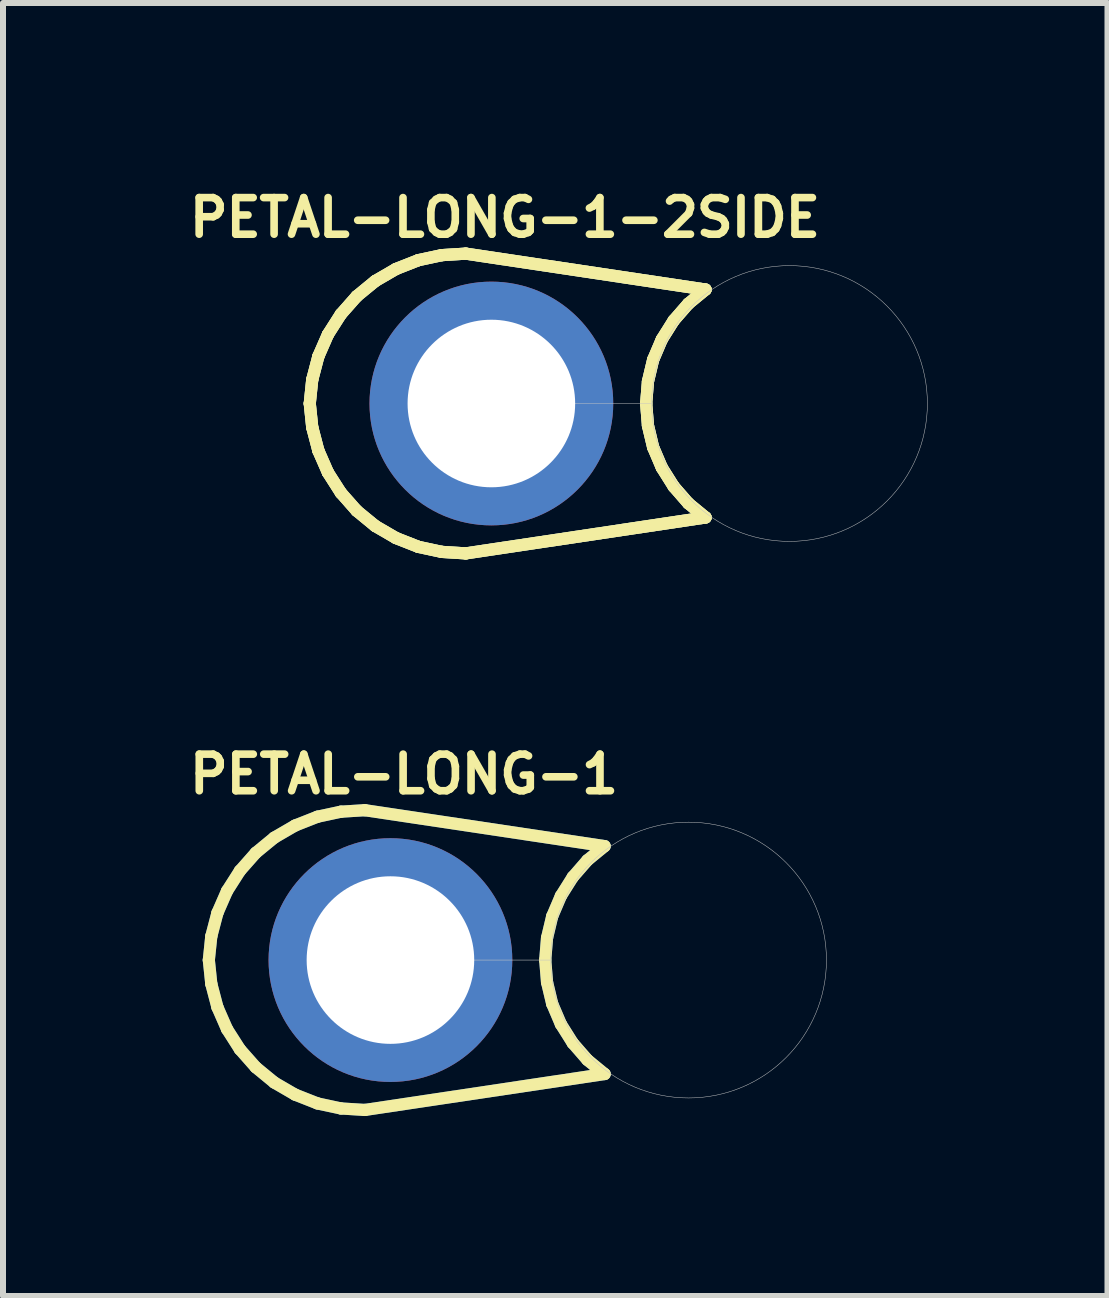
<source format=kicad_pcb>
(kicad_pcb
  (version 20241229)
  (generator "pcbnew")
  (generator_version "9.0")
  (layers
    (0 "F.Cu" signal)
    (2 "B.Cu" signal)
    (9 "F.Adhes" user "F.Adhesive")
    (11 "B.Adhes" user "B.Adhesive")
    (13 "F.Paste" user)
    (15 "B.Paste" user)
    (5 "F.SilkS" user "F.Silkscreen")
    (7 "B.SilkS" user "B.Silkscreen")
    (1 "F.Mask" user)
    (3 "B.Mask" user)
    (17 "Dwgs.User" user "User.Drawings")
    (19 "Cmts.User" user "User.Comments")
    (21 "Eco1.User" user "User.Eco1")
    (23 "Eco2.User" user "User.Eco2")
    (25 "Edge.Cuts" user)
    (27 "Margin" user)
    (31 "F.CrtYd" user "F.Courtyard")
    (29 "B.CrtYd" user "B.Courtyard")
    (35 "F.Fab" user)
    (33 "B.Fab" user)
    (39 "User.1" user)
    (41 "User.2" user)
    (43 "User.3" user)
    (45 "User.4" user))
  (footprint "PETAL-LONG-1-2SIDE"
    (layer "F.Cu")
    (at 5.115 3.678)
    (property "Reference" "PETAL-LONG-1-2SIDE" (at 0.254 -3.099 0) (layer "F.SilkS") (effects (font (size 0.61 0.61) (thickness 0.127))))
    (attr exclude_from_pos_files exclude_from_bom)
    (fp_line (start -3 0) (end -2.959 0.396) (stroke (width 0.203) (type solid)) (layer "B.Cu"))
    (fp_line (start -2.959 -0.396) (end -3 0) (stroke (width 0.203) (type solid)) (layer "B.Cu"))
    (fp_line (start -2.959 0.396) (end -2.857 0.785) (stroke (width 0.203) (type solid)) (layer "B.Cu"))
    (fp_line (start -2.857 -0.785) (end -2.959 -0.396) (stroke (width 0.203) (type solid)) (layer "B.Cu"))
    (fp_line (start -2.857 0.785) (end -2.697 1.151) (stroke (width 0.203) (type solid)) (layer "B.Cu"))
    (fp_line (start -2.697 -1.151) (end -2.857 -0.785) (stroke (width 0.203) (type solid)) (layer "B.Cu"))
    (fp_line (start -2.697 1.151) (end -2.482 1.488) (stroke (width 0.203) (type solid)) (layer "B.Cu"))
    (fp_line (start -2.482 -1.488) (end -2.697 -1.151) (stroke (width 0.203) (type solid)) (layer "B.Cu"))
    (fp_line (start -2.482 1.488) (end -2.217 1.788) (stroke (width 0.203) (type solid)) (layer "B.Cu"))
    (fp_line (start -2.217 -1.788) (end -2.482 -1.488) (stroke (width 0.203) (type solid)) (layer "B.Cu"))
    (fp_line (start -2.217 1.788) (end -1.908 2.042) (stroke (width 0.203) (type solid)) (layer "B.Cu"))
    (fp_line (start -1.908 -2.042) (end -2.217 -1.788) (stroke (width 0.203) (type solid)) (layer "B.Cu"))
    (fp_line (start -1.908 2.042) (end -1.562 2.243) (stroke (width 0.203) (type solid)) (layer "B.Cu"))
    (fp_line (start -1.562 -2.243) (end -1.908 -2.042) (stroke (width 0.203) (type solid)) (layer "B.Cu"))
    (fp_line (start -1.562 2.243) (end -1.189 2.39) (stroke (width 0.203) (type solid)) (layer "B.Cu"))
    (fp_line (start -1.189 -2.39) (end -1.562 -2.243) (stroke (width 0.203) (type solid)) (layer "B.Cu"))
    (fp_line (start -1.189 2.39) (end -0.798 2.474) (stroke (width 0.203) (type solid)) (layer "B.Cu"))
    (fp_line (start -0.798 -2.474) (end -1.189 -2.39) (stroke (width 0.203) (type solid)) (layer "B.Cu"))
    (fp_line (start -0.798 2.474) (end -0.399 2.499) (stroke (width 0.203) (type solid)) (layer "B.Cu"))
    (fp_line (start -0.399 -2.499) (end -0.798 -2.474) (stroke (width 0.203) (type solid)) (layer "B.Cu"))
    (fp_line (start -0.399 2.499) (end 3.599 1.9) (stroke (width 0.203) (type solid)) (layer "B.Cu"))
    (fp_line (start 2.609 0) (end 2.639 -0.368) (stroke (width 0.203) (type solid)) (layer "B.Cu"))
    (fp_line (start 2.639 -0.368) (end 2.725 -0.729) (stroke (width 0.203) (type solid)) (layer "B.Cu"))
    (fp_line (start 2.639 0.368) (end 2.609 0) (stroke (width 0.203) (type solid)) (layer "B.Cu"))
    (fp_line (start 2.725 -0.729) (end 2.87 -1.069) (stroke (width 0.203) (type solid)) (layer "B.Cu"))
    (fp_line (start 2.725 0.729) (end 2.639 0.368) (stroke (width 0.203) (type solid)) (layer "B.Cu"))
    (fp_line (start 2.87 -1.069) (end 3.068 -1.384) (stroke (width 0.203) (type solid)) (layer "B.Cu"))
    (fp_line (start 2.87 1.069) (end 2.725 0.729) (stroke (width 0.203) (type solid)) (layer "B.Cu"))
    (fp_line (start 3.068 -1.384) (end 3.312 -1.664) (stroke (width 0.203) (type solid)) (layer "B.Cu"))
    (fp_line (start 3.068 1.384) (end 2.87 1.069) (stroke (width 0.203) (type solid)) (layer "B.Cu"))
    (fp_line (start 3.312 -1.664) (end 3.599 -1.9) (stroke (width 0.203) (type solid)) (layer "B.Cu"))
    (fp_line (start 3.312 1.664) (end 3.068 1.384) (stroke (width 0.203) (type solid)) (layer "B.Cu"))
    (fp_line (start 3.599 -1.9) (end -0.399 -2.499) (stroke (width 0.203) (type solid)) (layer "B.Cu"))
    (fp_line (start 3.599 1.9) (end 3.312 1.664) (stroke (width 0.203) (type solid)) (layer "B.Cu"))
    (fp_line (start -3 0) (end -2.959 -0.396) (stroke (width 0.203) (type solid)) (layer "F.SilkS"))
    (fp_line (start -3 0) (end -2.959 0.396) (stroke (width 0.203) (type solid)) (layer "F.SilkS"))
    (fp_line (start -2.959 -0.396) (end -3 0) (stroke (width 0.203) (type solid)) (layer "F.SilkS"))
    (fp_line (start -2.959 -0.396) (end -2.857 -0.785) (stroke (width 0.203) (type solid)) (layer "F.SilkS"))
    (fp_line (start -2.959 0.396) (end -3 0) (stroke (width 0.203) (type solid)) (layer "F.SilkS"))
    (fp_line (start -2.959 0.396) (end -2.857 0.785) (stroke (width 0.203) (type solid)) (layer "F.SilkS"))
    (fp_line (start -2.857 -0.785) (end -2.959 -0.396) (stroke (width 0.203) (type solid)) (layer "F.SilkS"))
    (fp_line (start -2.857 -0.785) (end -2.697 -1.151) (stroke (width 0.203) (type solid)) (layer "F.SilkS"))
    (fp_line (start -2.857 0.785) (end -2.959 0.396) (stroke (width 0.203) (type solid)) (layer "F.SilkS"))
    (fp_line (start -2.857 0.785) (end -2.697 1.151) (stroke (width 0.203) (type solid)) (layer "F.SilkS"))
    (fp_line (start -2.697 -1.151) (end -2.857 -0.785) (stroke (width 0.203) (type solid)) (layer "F.SilkS"))
    (fp_line (start -2.697 -1.151) (end -2.482 -1.488) (stroke (width 0.203) (type solid)) (layer "F.SilkS"))
    (fp_line (start -2.697 1.151) (end -2.857 0.785) (stroke (width 0.203) (type solid)) (layer "F.SilkS"))
    (fp_line (start -2.697 1.151) (end -2.482 1.488) (stroke (width 0.203) (type solid)) (layer "F.SilkS"))
    (fp_line (start -2.482 -1.488) (end -2.697 -1.151) (stroke (width 0.203) (type solid)) (layer "F.SilkS"))
    (fp_line (start -2.482 -1.488) (end -2.217 -1.788) (stroke (width 0.203) (type solid)) (layer "F.SilkS"))
    (fp_line (start -2.482 1.488) (end -2.697 1.151) (stroke (width 0.203) (type solid)) (layer "F.SilkS"))
    (fp_line (start -2.482 1.488) (end -2.217 1.788) (stroke (width 0.203) (type solid)) (layer "F.SilkS"))
    (fp_line (start -2.217 -1.788) (end -2.482 -1.488) (stroke (width 0.203) (type solid)) (layer "F.SilkS"))
    (fp_line (start -2.217 -1.788) (end -1.908 -2.042) (stroke (width 0.203) (type solid)) (layer "F.SilkS"))
    (fp_line (start -2.217 1.788) (end -2.482 1.488) (stroke (width 0.203) (type solid)) (layer "F.SilkS"))
    (fp_line (start -2.217 1.788) (end -1.908 2.042) (stroke (width 0.203) (type solid)) (layer "F.SilkS"))
    (fp_line (start -1.908 -2.042) (end -2.217 -1.788) (stroke (width 0.203) (type solid)) (layer "F.SilkS"))
    (fp_line (start -1.908 -2.042) (end -1.562 -2.243) (stroke (width 0.203) (type solid)) (layer "F.SilkS"))
    (fp_line (start -1.908 2.042) (end -2.217 1.788) (stroke (width 0.203) (type solid)) (layer "F.SilkS"))
    (fp_line (start -1.908 2.042) (end -1.562 2.243) (stroke (width 0.203) (type solid)) (layer "F.SilkS"))
    (fp_line (start -1.562 -2.243) (end -1.908 -2.042) (stroke (width 0.203) (type solid)) (layer "F.SilkS"))
    (fp_line (start -1.562 -2.243) (end -1.189 -2.39) (stroke (width 0.203) (type solid)) (layer "F.SilkS"))
    (fp_line (start -1.562 2.243) (end -1.908 2.042) (stroke (width 0.203) (type solid)) (layer "F.SilkS"))
    (fp_line (start -1.562 2.243) (end -1.189 2.39) (stroke (width 0.203) (type solid)) (layer "F.SilkS"))
    (fp_line (start -1.189 -2.39) (end -1.562 -2.243) (stroke (width 0.203) (type solid)) (layer "F.SilkS"))
    (fp_line (start -1.189 -2.39) (end -0.798 -2.474) (stroke (width 0.203) (type solid)) (layer "F.SilkS"))
    (fp_line (start -1.189 2.39) (end -1.562 2.243) (stroke (width 0.203) (type solid)) (layer "F.SilkS"))
    (fp_line (start -1.189 2.39) (end -0.798 2.474) (stroke (width 0.203) (type solid)) (layer "F.SilkS"))
    (fp_line (start -0.798 -2.474) (end -1.189 -2.39) (stroke (width 0.203) (type solid)) (layer "F.SilkS"))
    (fp_line (start -0.798 -2.474) (end -0.399 -2.499) (stroke (width 0.203) (type solid)) (layer "F.SilkS"))
    (fp_line (start -0.798 2.474) (end -1.189 2.39) (stroke (width 0.203) (type solid)) (layer "F.SilkS"))
    (fp_line (start -0.798 2.474) (end -0.399 2.499) (stroke (width 0.203) (type solid)) (layer "F.SilkS"))
    (fp_line (start -0.399 -2.499) (end -0.798 -2.474) (stroke (width 0.203) (type solid)) (layer "F.SilkS"))
    (fp_line (start -0.399 -2.499) (end 3.599 -1.9) (stroke (width 0.203) (type solid)) (layer "F.SilkS"))
    (fp_line (start -0.399 2.499) (end -0.798 2.474) (stroke (width 0.203) (type solid)) (layer "F.SilkS"))
    (fp_line (start -0.399 2.499) (end 3.599 1.9) (stroke (width 0.203) (type solid)) (layer "F.SilkS"))
    (fp_line (start 2.609 0) (end 2.639 -0.368) (stroke (width 0.203) (type solid)) (layer "F.SilkS"))
    (fp_line (start 2.609 0) (end 2.639 0.368) (stroke (width 0.203) (type solid)) (layer "F.SilkS"))
    (fp_line (start 2.639 -0.368) (end 2.609 0) (stroke (width 0.203) (type solid)) (layer "F.SilkS"))
    (fp_line (start 2.639 -0.368) (end 2.725 -0.729) (stroke (width 0.203) (type solid)) (layer "F.SilkS"))
    (fp_line (start 2.639 0.368) (end 2.609 0) (stroke (width 0.203) (type solid)) (layer "F.SilkS"))
    (fp_line (start 2.639 0.368) (end 2.725 0.729) (stroke (width 0.203) (type solid)) (layer "F.SilkS"))
    (fp_line (start 2.725 -0.729) (end 2.639 -0.368) (stroke (width 0.203) (type solid)) (layer "F.SilkS"))
    (fp_line (start 2.725 -0.729) (end 2.87 -1.069) (stroke (width 0.203) (type solid)) (layer "F.SilkS"))
    (fp_line (start 2.725 0.729) (end 2.639 0.368) (stroke (width 0.203) (type solid)) (layer "F.SilkS"))
    (fp_line (start 2.725 0.729) (end 2.87 1.069) (stroke (width 0.203) (type solid)) (layer "F.SilkS"))
    (fp_line (start 2.87 -1.069) (end 2.725 -0.729) (stroke (width 0.203) (type solid)) (layer "F.SilkS"))
    (fp_line (start 2.87 -1.069) (end 3.068 -1.384) (stroke (width 0.203) (type solid)) (layer "F.SilkS"))
    (fp_line (start 2.87 1.069) (end 2.725 0.729) (stroke (width 0.203) (type solid)) (layer "F.SilkS"))
    (fp_line (start 2.87 1.069) (end 3.068 1.384) (stroke (width 0.203) (type solid)) (layer "F.SilkS"))
    (fp_line (start 3.068 -1.384) (end 2.87 -1.069) (stroke (width 0.203) (type solid)) (layer "F.SilkS"))
    (fp_line (start 3.068 -1.384) (end 3.312 -1.664) (stroke (width 0.203) (type solid)) (layer "F.SilkS"))
    (fp_line (start 3.068 1.384) (end 2.87 1.069) (stroke (width 0.203) (type solid)) (layer "F.SilkS"))
    (fp_line (start 3.068 1.384) (end 3.312 1.664) (stroke (width 0.203) (type solid)) (layer "F.SilkS"))
    (fp_line (start 3.312 -1.664) (end 3.068 -1.384) (stroke (width 0.203) (type solid)) (layer "F.SilkS"))
    (fp_line (start 3.312 -1.664) (end 3.599 -1.9) (stroke (width 0.203) (type solid)) (layer "F.SilkS"))
    (fp_line (start 3.312 1.664) (end 3.068 1.384) (stroke (width 0.203) (type solid)) (layer "F.SilkS"))
    (fp_line (start 3.312 1.664) (end 3.599 1.9) (stroke (width 0.203) (type solid)) (layer "F.SilkS"))
    (fp_line (start 3.599 -1.9) (end -0.399 -2.499) (stroke (width 0.203) (type solid)) (layer "F.SilkS"))
    (fp_line (start 3.599 -1.9) (end 3.312 -1.664) (stroke (width 0.203) (type solid)) (layer "F.SilkS"))
    (fp_line (start 3.599 1.9) (end -0.399 2.499) (stroke (width 0.203) (type solid)) (layer "F.SilkS"))
    (fp_line (start 3.599 1.9) (end 3.312 1.664) (stroke (width 0.203) (type solid)) (layer "F.SilkS"))
    (fp_line (start -3 0) (end -2.959 -0.396) (stroke (width 0.203) (type solid)) (layer "B.Adhes"))
    (fp_line (start -2.959 -0.396) (end -2.857 -0.785) (stroke (width 0.203) (type solid)) (layer "B.Adhes"))
    (fp_line (start -2.959 0.396) (end -3 0) (stroke (width 0.203) (type solid)) (layer "B.Adhes"))
    (fp_line (start -2.857 -0.785) (end -2.697 -1.151) (stroke (width 0.203) (type solid)) (layer "B.Adhes"))
    (fp_line (start -2.857 0.785) (end -2.959 0.396) (stroke (width 0.203) (type solid)) (layer "B.Adhes"))
    (fp_line (start -2.697 -1.151) (end -2.482 -1.488) (stroke (width 0.203) (type solid)) (layer "B.Adhes"))
    (fp_line (start -2.697 1.151) (end -2.857 0.785) (stroke (width 0.203) (type solid)) (layer "B.Adhes"))
    (fp_line (start -2.482 -1.488) (end -2.217 -1.788) (stroke (width 0.203) (type solid)) (layer "B.Adhes"))
    (fp_line (start -2.482 1.488) (end -2.697 1.151) (stroke (width 0.203) (type solid)) (layer "B.Adhes"))
    (fp_line (start -2.217 -1.788) (end -1.908 -2.042) (stroke (width 0.203) (type solid)) (layer "B.Adhes"))
    (fp_line (start -2.217 1.788) (end -2.482 1.488) (stroke (width 0.203) (type solid)) (layer "B.Adhes"))
    (fp_line (start -1.908 -2.042) (end -1.562 -2.243) (stroke (width 0.203) (type solid)) (layer "B.Adhes"))
    (fp_line (start -1.908 2.042) (end -2.217 1.788) (stroke (width 0.203) (type solid)) (layer "B.Adhes"))
    (fp_line (start -1.562 -2.243) (end -1.189 -2.39) (stroke (width 0.203) (type solid)) (layer "B.Adhes"))
    (fp_line (start -1.562 2.243) (end -1.908 2.042) (stroke (width 0.203) (type solid)) (layer "B.Adhes"))
    (fp_line (start -1.189 -2.39) (end -0.798 -2.474) (stroke (width 0.203) (type solid)) (layer "B.Adhes"))
    (fp_line (start -1.189 2.39) (end -1.562 2.243) (stroke (width 0.203) (type solid)) (layer "B.Adhes"))
    (fp_line (start -0.798 -2.474) (end -0.399 -2.499) (stroke (width 0.203) (type solid)) (layer "B.Adhes"))
    (fp_line (start -0.798 2.474) (end -1.189 2.39) (stroke (width 0.203) (type solid)) (layer "B.Adhes"))
    (fp_line (start -0.399 -2.499) (end 3.599 -1.9) (stroke (width 0.203) (type solid)) (layer "B.Adhes"))
    (fp_line (start -0.399 2.499) (end -0.798 2.474) (stroke (width 0.203) (type solid)) (layer "B.Adhes"))
    (fp_line (start 2.609 0) (end 2.639 0.368) (stroke (width 0.203) (type solid)) (layer "B.Adhes"))
    (fp_line (start 2.639 -0.368) (end 2.609 0) (stroke (width 0.203) (type solid)) (layer "B.Adhes"))
    (fp_line (start 2.639 0.368) (end 2.725 0.729) (stroke (width 0.203) (type solid)) (layer "B.Adhes"))
    (fp_line (start 2.725 -0.729) (end 2.639 -0.368) (stroke (width 0.203) (type solid)) (layer "B.Adhes"))
    (fp_line (start 2.725 0.729) (end 2.87 1.069) (stroke (width 0.203) (type solid)) (layer "B.Adhes"))
    (fp_line (start 2.87 -1.069) (end 2.725 -0.729) (stroke (width 0.203) (type solid)) (layer "B.Adhes"))
    (fp_line (start 2.87 1.069) (end 3.068 1.384) (stroke (width 0.203) (type solid)) (layer "B.Adhes"))
    (fp_line (start 3.068 -1.384) (end 2.87 -1.069) (stroke (width 0.203) (type solid)) (layer "B.Adhes"))
    (fp_line (start 3.068 1.384) (end 3.312 1.664) (stroke (width 0.203) (type solid)) (layer "B.Adhes"))
    (fp_line (start 3.312 -1.664) (end 3.068 -1.384) (stroke (width 0.203) (type solid)) (layer "B.Adhes"))
    (fp_line (start 3.312 1.664) (end 3.599 1.9) (stroke (width 0.203) (type solid)) (layer "B.Adhes"))
    (fp_line (start 3.599 -1.9) (end 3.312 -1.664) (stroke (width 0.203) (type solid)) (layer "B.Adhes"))
    (fp_line (start 3.599 1.9) (end -0.399 2.499) (stroke (width 0.203) (type solid)) (layer "B.Adhes"))
    (fp_line (start 0 0) (end 2.697 0) (stroke (width 0.008) (type solid)) (layer "Dwgs.User"))
    (fp_circle (center 4.999 0) (end 4.999 -2.299) (stroke (width 0.008) (type solid)) (fill no) (layer "Dwgs.User"))
    (pad "1" thru_hole circle (at 0.028 0) (size 4.064 4.064) (drill 2.794) (layers "*.Cu" "*.Paste" "*.Mask")))
  (footprint "PETAL-LONG-1"
    (layer "F.Cu")
    (at 3.432 12.958)
    (property "Reference" "PETAL-LONG-1" (at 0.254 -3.099 0) (layer "F.SilkS") (effects (font (size 0.61 0.61) (thickness 0.127))))
    (attr exclude_from_pos_files exclude_from_bom)
    (fp_line (start -3 0) (end -2.959 0.396) (stroke (width 0.203) (type solid)) (layer "B.Cu"))
    (fp_line (start -2.959 -0.396) (end -3 0) (stroke (width 0.203) (type solid)) (layer "B.Cu"))
    (fp_line (start -2.959 0.396) (end -2.857 0.785) (stroke (width 0.203) (type solid)) (layer "B.Cu"))
    (fp_line (start -2.857 -0.785) (end -2.959 -0.396) (stroke (width 0.203) (type solid)) (layer "B.Cu"))
    (fp_line (start -2.857 0.785) (end -2.697 1.151) (stroke (width 0.203) (type solid)) (layer "B.Cu"))
    (fp_line (start -2.697 -1.151) (end -2.857 -0.785) (stroke (width 0.203) (type solid)) (layer "B.Cu"))
    (fp_line (start -2.697 1.151) (end -2.482 1.488) (stroke (width 0.203) (type solid)) (layer "B.Cu"))
    (fp_line (start -2.482 -1.488) (end -2.697 -1.151) (stroke (width 0.203) (type solid)) (layer "B.Cu"))
    (fp_line (start -2.482 1.488) (end -2.217 1.788) (stroke (width 0.203) (type solid)) (layer "B.Cu"))
    (fp_line (start -2.217 -1.788) (end -2.482 -1.488) (stroke (width 0.203) (type solid)) (layer "B.Cu"))
    (fp_line (start -2.217 1.788) (end -1.908 2.042) (stroke (width 0.203) (type solid)) (layer "B.Cu"))
    (fp_line (start -1.908 -2.042) (end -2.217 -1.788) (stroke (width 0.203) (type solid)) (layer "B.Cu"))
    (fp_line (start -1.908 2.042) (end -1.562 2.243) (stroke (width 0.203) (type solid)) (layer "B.Cu"))
    (fp_line (start -1.562 -2.243) (end -1.908 -2.042) (stroke (width 0.203) (type solid)) (layer "B.Cu"))
    (fp_line (start -1.562 2.243) (end -1.189 2.39) (stroke (width 0.203) (type solid)) (layer "B.Cu"))
    (fp_line (start -1.189 -2.39) (end -1.562 -2.243) (stroke (width 0.203) (type solid)) (layer "B.Cu"))
    (fp_line (start -1.189 2.39) (end -0.798 2.474) (stroke (width 0.203) (type solid)) (layer "B.Cu"))
    (fp_line (start -0.798 -2.474) (end -1.189 -2.39) (stroke (width 0.203) (type solid)) (layer "B.Cu"))
    (fp_line (start -0.798 2.474) (end -0.399 2.499) (stroke (width 0.203) (type solid)) (layer "B.Cu"))
    (fp_line (start -0.399 -2.499) (end -0.798 -2.474) (stroke (width 0.203) (type solid)) (layer "B.Cu"))
    (fp_line (start -0.399 2.499) (end 3.599 1.9) (stroke (width 0.203) (type solid)) (layer "B.Cu"))
    (fp_line (start 2.609 0) (end 2.639 -0.368) (stroke (width 0.203) (type solid)) (layer "B.Cu"))
    (fp_line (start 2.639 -0.368) (end 2.725 -0.729) (stroke (width 0.203) (type solid)) (layer "B.Cu"))
    (fp_line (start 2.639 0.368) (end 2.609 0) (stroke (width 0.203) (type solid)) (layer "B.Cu"))
    (fp_line (start 2.725 -0.729) (end 2.87 -1.069) (stroke (width 0.203) (type solid)) (layer "B.Cu"))
    (fp_line (start 2.725 0.729) (end 2.639 0.368) (stroke (width 0.203) (type solid)) (layer "B.Cu"))
    (fp_line (start 2.87 -1.069) (end 3.068 -1.384) (stroke (width 0.203) (type solid)) (layer "B.Cu"))
    (fp_line (start 2.87 1.069) (end 2.725 0.729) (stroke (width 0.203) (type solid)) (layer "B.Cu"))
    (fp_line (start 3.068 -1.384) (end 3.312 -1.664) (stroke (width 0.203) (type solid)) (layer "B.Cu"))
    (fp_line (start 3.068 1.384) (end 2.87 1.069) (stroke (width 0.203) (type solid)) (layer "B.Cu"))
    (fp_line (start 3.312 -1.664) (end 3.599 -1.9) (stroke (width 0.203) (type solid)) (layer "B.Cu"))
    (fp_line (start 3.312 1.664) (end 3.068 1.384) (stroke (width 0.203) (type solid)) (layer "B.Cu"))
    (fp_line (start 3.599 -1.9) (end -0.399 -2.499) (stroke (width 0.203) (type solid)) (layer "B.Cu"))
    (fp_line (start 3.599 1.9) (end 3.312 1.664) (stroke (width 0.203) (type solid)) (layer "B.Cu"))
    (fp_line (start -3 0) (end -2.959 0.396) (stroke (width 0.203) (type solid)) (layer "F.SilkS"))
    (fp_line (start -2.959 -0.396) (end -3 0) (stroke (width 0.203) (type solid)) (layer "F.SilkS"))
    (fp_line (start -2.959 0.396) (end -2.857 0.785) (stroke (width 0.203) (type solid)) (layer "F.SilkS"))
    (fp_line (start -2.857 -0.785) (end -2.959 -0.396) (stroke (width 0.203) (type solid)) (layer "F.SilkS"))
    (fp_line (start -2.857 0.785) (end -2.697 1.151) (stroke (width 0.203) (type solid)) (layer "F.SilkS"))
    (fp_line (start -2.697 -1.151) (end -2.857 -0.785) (stroke (width 0.203) (type solid)) (layer "F.SilkS"))
    (fp_line (start -2.697 1.151) (end -2.482 1.488) (stroke (width 0.203) (type solid)) (layer "F.SilkS"))
    (fp_line (start -2.482 -1.488) (end -2.697 -1.151) (stroke (width 0.203) (type solid)) (layer "F.SilkS"))
    (fp_line (start -2.482 1.488) (end -2.217 1.788) (stroke (width 0.203) (type solid)) (layer "F.SilkS"))
    (fp_line (start -2.217 -1.788) (end -2.482 -1.488) (stroke (width 0.203) (type solid)) (layer "F.SilkS"))
    (fp_line (start -2.217 1.788) (end -1.908 2.042) (stroke (width 0.203) (type solid)) (layer "F.SilkS"))
    (fp_line (start -1.908 -2.042) (end -2.217 -1.788) (stroke (width 0.203) (type solid)) (layer "F.SilkS"))
    (fp_line (start -1.908 2.042) (end -1.562 2.243) (stroke (width 0.203) (type solid)) (layer "F.SilkS"))
    (fp_line (start -1.562 -2.243) (end -1.908 -2.042) (stroke (width 0.203) (type solid)) (layer "F.SilkS"))
    (fp_line (start -1.562 2.243) (end -1.189 2.39) (stroke (width 0.203) (type solid)) (layer "F.SilkS"))
    (fp_line (start -1.189 -2.39) (end -1.562 -2.243) (stroke (width 0.203) (type solid)) (layer "F.SilkS"))
    (fp_line (start -1.189 2.39) (end -0.798 2.474) (stroke (width 0.203) (type solid)) (layer "F.SilkS"))
    (fp_line (start -0.798 -2.474) (end -1.189 -2.39) (stroke (width 0.203) (type solid)) (layer "F.SilkS"))
    (fp_line (start -0.798 2.474) (end -0.399 2.499) (stroke (width 0.203) (type solid)) (layer "F.SilkS"))
    (fp_line (start -0.399 -2.499) (end -0.798 -2.474) (stroke (width 0.203) (type solid)) (layer "F.SilkS"))
    (fp_line (start -0.399 2.499) (end 3.599 1.9) (stroke (width 0.203) (type solid)) (layer "F.SilkS"))
    (fp_line (start 2.609 0) (end 2.639 -0.368) (stroke (width 0.203) (type solid)) (layer "F.SilkS"))
    (fp_line (start 2.639 -0.368) (end 2.725 -0.729) (stroke (width 0.203) (type solid)) (layer "F.SilkS"))
    (fp_line (start 2.639 0.368) (end 2.609 0) (stroke (width 0.203) (type solid)) (layer "F.SilkS"))
    (fp_line (start 2.725 -0.729) (end 2.87 -1.069) (stroke (width 0.203) (type solid)) (layer "F.SilkS"))
    (fp_line (start 2.725 0.729) (end 2.639 0.368) (stroke (width 0.203) (type solid)) (layer "F.SilkS"))
    (fp_line (start 2.87 -1.069) (end 3.068 -1.384) (stroke (width 0.203) (type solid)) (layer "F.SilkS"))
    (fp_line (start 2.87 1.069) (end 2.725 0.729) (stroke (width 0.203) (type solid)) (layer "F.SilkS"))
    (fp_line (start 3.068 -1.384) (end 3.312 -1.664) (stroke (width 0.203) (type solid)) (layer "F.SilkS"))
    (fp_line (start 3.068 1.384) (end 2.87 1.069) (stroke (width 0.203) (type solid)) (layer "F.SilkS"))
    (fp_line (start 3.312 -1.664) (end 3.599 -1.9) (stroke (width 0.203) (type solid)) (layer "F.SilkS"))
    (fp_line (start 3.312 1.664) (end 3.068 1.384) (stroke (width 0.203) (type solid)) (layer "F.SilkS"))
    (fp_line (start 3.599 -1.9) (end -0.399 -2.499) (stroke (width 0.203) (type solid)) (layer "F.SilkS"))
    (fp_line (start 3.599 1.9) (end 3.312 1.664) (stroke (width 0.203) (type solid)) (layer "F.SilkS"))
    (fp_line (start 0 0) (end 2.697 0) (stroke (width 0.008) (type solid)) (layer "Dwgs.User"))
    (fp_circle (center 4.999 0) (end 4.999 -2.299) (stroke (width 0.008) (type solid)) (fill no) (layer "Dwgs.User"))
    (pad "1" thru_hole circle (at 0.028 0) (size 4.064 4.064) (drill 2.794) (layers "*.Cu" "*.Paste" "*.Mask")))
  (gr_rect
    (start -3 -3)
    (end 15.416 18.559)
    (stroke (width 0.1) (type default))
    (fill no)
    (layer "Edge.Cuts")))
</source>
